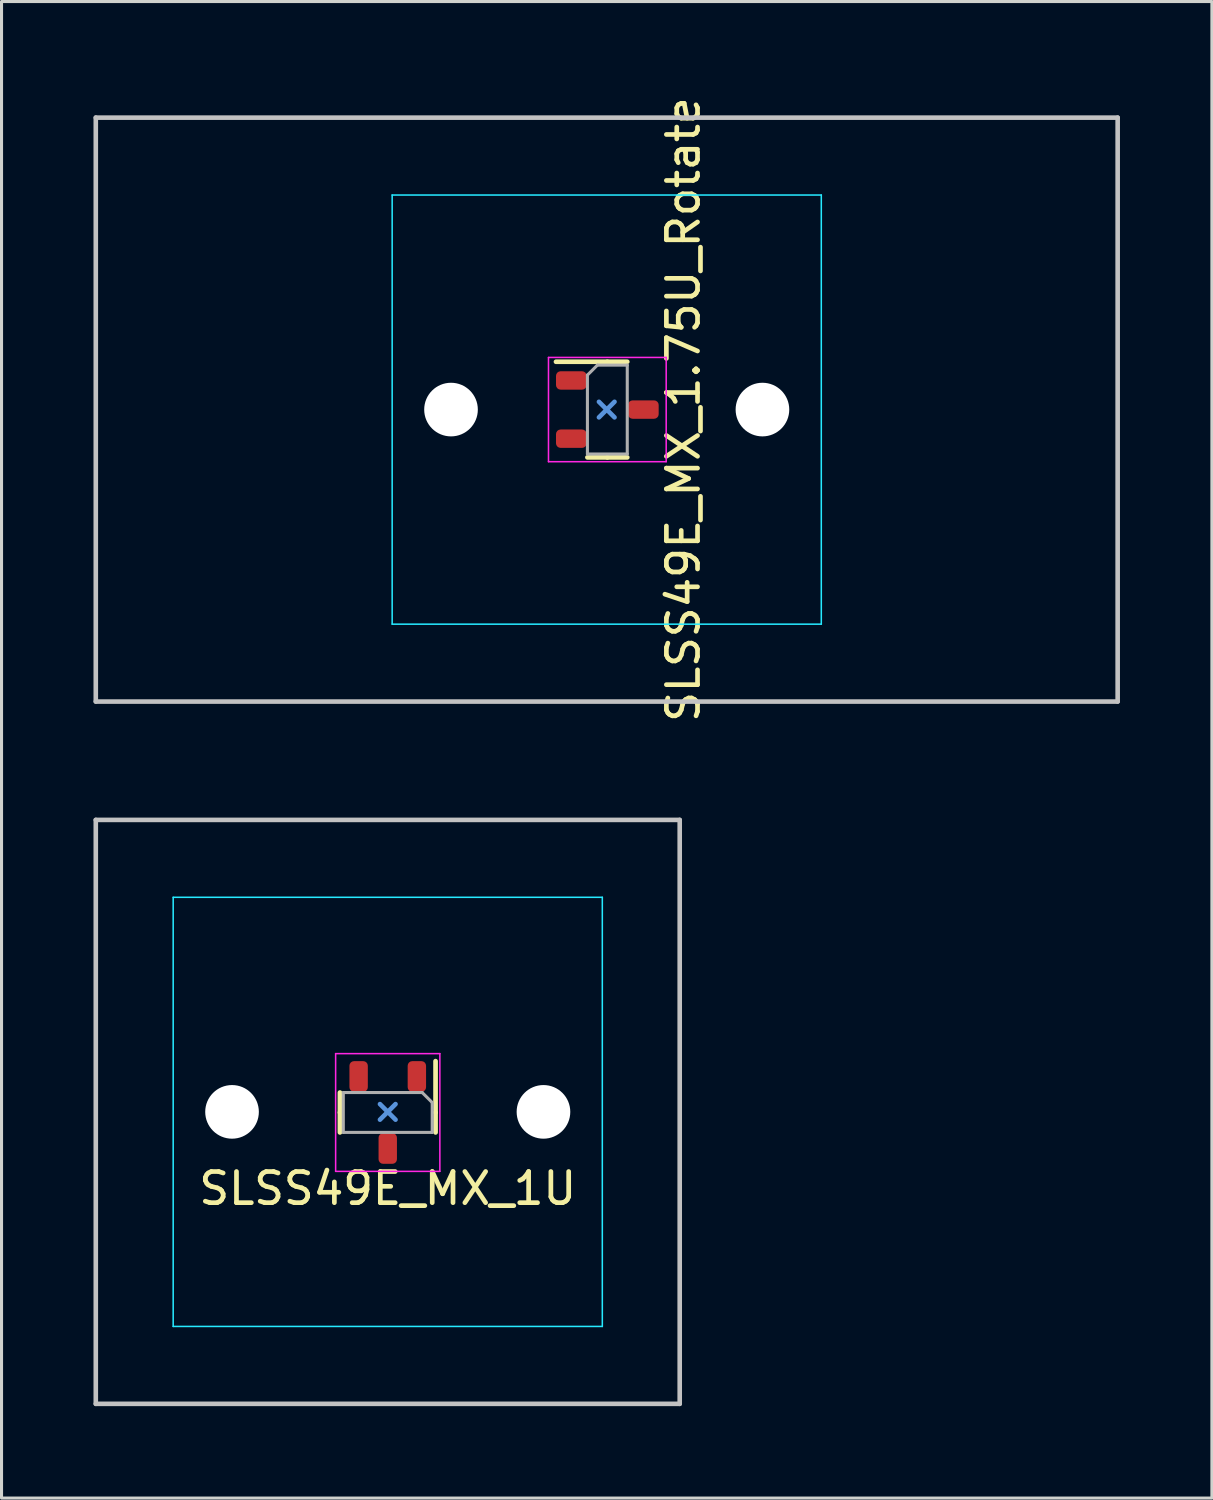
<source format=kicad_pcb>
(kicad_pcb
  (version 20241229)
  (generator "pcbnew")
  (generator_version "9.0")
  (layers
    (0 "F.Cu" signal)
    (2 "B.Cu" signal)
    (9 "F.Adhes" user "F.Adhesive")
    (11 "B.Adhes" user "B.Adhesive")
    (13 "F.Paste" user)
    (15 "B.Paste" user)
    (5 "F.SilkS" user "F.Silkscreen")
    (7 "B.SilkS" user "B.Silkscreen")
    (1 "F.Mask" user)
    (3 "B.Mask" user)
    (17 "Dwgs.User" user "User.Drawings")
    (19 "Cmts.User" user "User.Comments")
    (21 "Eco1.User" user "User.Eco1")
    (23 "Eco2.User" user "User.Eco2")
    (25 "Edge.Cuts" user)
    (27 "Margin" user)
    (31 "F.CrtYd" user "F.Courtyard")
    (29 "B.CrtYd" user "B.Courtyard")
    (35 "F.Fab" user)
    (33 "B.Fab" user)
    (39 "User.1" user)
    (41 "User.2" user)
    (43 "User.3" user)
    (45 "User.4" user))
  (footprint "SLSS49E_MX_1U"
    (layer "F.Cu")
    (at 9.6 33.224)
    (property "Reference" "SLSS49E_MX_1U" (at 0 2.5 0) (unlocked yes) (layer "F.SilkS") (effects (font (size 1.016 1.016) (thickness 0.153))))
    (attr smd)
    (fp_line (start -1.56 -0.63) (end -1.56 0.02) (stroke (width 0.153) (type solid)) (layer "F.SilkS"))
    (fp_line (start -1.56 0.67) (end -1.56 0.02) (stroke (width 0.153) (type solid)) (layer "F.SilkS"))
    (fp_line (start 1.56 -1.655) (end 1.56 0.02) (stroke (width 0.153) (type solid)) (layer "F.SilkS"))
    (fp_line (start 1.56 0.67) (end 1.56 0.02) (stroke (width 0.153) (type solid)) (layer "F.SilkS"))
    (fp_line (start -9.525 -9.525) (end 9.525 -9.525) (stroke (width 0.15) (type solid)) (layer "Dwgs.User"))
    (fp_line (start -9.525 9.525) (end -9.525 -9.525) (stroke (width 0.15) (type solid)) (layer "Dwgs.User"))
    (fp_line (start 9.525 -9.525) (end 9.525 9.525) (stroke (width 0.15) (type solid)) (layer "Dwgs.User"))
    (fp_line (start 9.525 9.525) (end -9.525 9.525) (stroke (width 0.15) (type solid)) (layer "Dwgs.User"))
    (fp_line (start 0.254 -0.254) (end -0.254 0.254) (stroke (width 0.15) (type default)) (layer "Cmts.User"))
    (fp_line (start 0.254 0.254) (end -0.254 -0.254) (stroke (width 0.15) (type default)) (layer "Cmts.User"))
    (fp_line (start -7 -6.5) (end -7 6.5) (stroke (width 0.15) (type solid)) (layer "Eco2.User"))
    (fp_line (start -6.5 7) (end 6.5 7) (stroke (width 0.15) (type solid)) (layer "Eco2.User"))
    (fp_line (start 6.5 -7) (end -6.5 -7) (stroke (width 0.15) (type solid)) (layer "Eco2.User"))
    (fp_line (start 7 6.5) (end 7 -6.5) (stroke (width 0.15) (type solid)) (layer "Eco2.User"))
    (fp_arc (start -7 -6.500001) (mid -6.853553 -6.853553) (end -6.500001 -7) (stroke (width 0.15) (type solid)) (layer "Eco2.User"))
    (fp_arc (start -6.500001 7) (mid -6.853553 6.853553) (end -7 6.500001) (stroke (width 0.15) (type solid)) (layer "Eco2.User"))
    (fp_arc (start 6.500001 -7) (mid 6.853553 -6.853553) (end 7 -6.500001) (stroke (width 0.15) (type solid)) (layer "Eco2.User"))
    (fp_arc (start 6.997236 6.498884) (mid 6.850791 6.852425) (end 6.497236 6.998884) (stroke (width 0.15) (type solid)) (layer "Eco2.User"))
    (fp_line (start -7 -7) (end -7 7) (stroke (width 0.05) (type solid)) (layer "B.CrtYd"))
    (fp_line (start -7 7) (end 7 7) (stroke (width 0.05) (type solid)) (layer "B.CrtYd"))
    (fp_line (start 7 -7) (end -7 -7) (stroke (width 0.05) (type solid)) (layer "B.CrtYd"))
    (fp_line (start 7 7) (end 7 -7) (stroke (width 0.05) (type solid)) (layer "B.CrtYd"))
    (fp_line (start -1.7 -1.9) (end 1.7 -1.9) (stroke (width 0.05) (type solid)) (layer "F.CrtYd"))
    (fp_line (start -1.7 1.94) (end -1.7 -1.9) (stroke (width 0.05) (type solid)) (layer "F.CrtYd"))
    (fp_line (start 1.7 -1.9) (end 1.7 1.94) (stroke (width 0.05) (type solid)) (layer "F.CrtYd"))
    (fp_line (start 1.7 1.94) (end -1.7 1.94) (stroke (width 0.05) (type solid)) (layer "F.CrtYd"))
    (fp_line (start -1.45 -0.63) (end -1.45 0.67) (stroke (width 0.1) (type solid)) (layer "F.Fab"))
    (fp_line (start -1.45 0.67) (end 1.45 0.67) (stroke (width 0.1) (type solid)) (layer "F.Fab"))
    (fp_line (start 1.125 -0.63) (end -1.45 -0.63) (stroke (width 0.1) (type solid)) (layer "F.Fab"))
    (fp_line (start 1.45 -0.305) (end 1.125 -0.63) (stroke (width 0.1) (type solid)) (layer "F.Fab"))
    (fp_line (start 1.45 0.67) (end 1.45 -0.305) (stroke (width 0.1) (type solid)) (layer "F.Fab"))
    (pad "" np_thru_hole circle (at -5.08 0) (size 1.75 1.75) (drill 1.75) (layers "*.Cu" "*.Mask"))
    (pad "" np_thru_hole circle (at 5.08 0) (size 1.75 1.75) (drill 1.75) (layers "*.Cu" "*.Mask"))
    (pad "1" smd roundrect (at 0.95 -1.155 270) (size 1 0.6) (layers "F.Cu" "F.Mask" "F.Paste") (roundrect_rratio 0.25))
    (pad "2" smd roundrect (at 0 1.195 270) (size 1 0.6) (layers "F.Cu" "F.Mask" "F.Paste") (roundrect_rratio 0.25))
    (pad "3" smd roundrect (at -0.95 -1.155 270) (size 1 0.6) (layers "F.Cu" "F.Mask" "F.Paste") (roundrect_rratio 0.25))
    (zone (net_name "") (layers "F.Cu" "B.Cu") (hatch edge 0.5) (connect_pads) (min_thickness 0.25) (filled_areas_thickness no) (keepout (tracks allowed) (vias allowed) (pads allowed) (copperpour not_allowed) (footprints allowed)) (placement (enabled no)) (fill) (polygon (pts (xy 11.35 33.224) (xy 11.33 32.963) (xy 11.272 32.708) (xy 11.177 32.465) (xy 11.046 32.238) (xy 10.883 32.034) (xy 10.691 31.856) (xy 10.475 31.709) (xy 10.239 31.595) (xy 9.989 31.518) (xy 9.731 31.479) (xy 9.469 31.479) (xy 9.211 31.518) (xy 8.961 31.595) (xy 8.725 31.709) (xy 8.509 31.856) (xy 8.317 32.034) (xy 8.154 32.238) (xy 8.023 32.465) (xy 7.928 32.708) (xy 7.87 32.963) (xy 7.85 33.224) (xy 7.87 33.485) (xy 7.928 33.74) (xy 8.023 33.983) (xy 8.154 34.21) (xy 8.317 34.414) (xy 8.509 34.592) (xy 8.725 34.74) (xy 8.961 34.853) (xy 9.211 34.93) (xy 9.469 34.969) (xy 9.731 34.969) (xy 9.989 34.93) (xy 10.239 34.853) (xy 10.475 34.74) (xy 10.691 34.592) (xy 10.883 34.414) (xy 11.046 34.21) (xy 11.177 33.983) (xy 11.272 33.74) (xy 11.33 33.485)))))
  (footprint "SLSS49E_MX_1.75U_Rotate"
    (layer "F.Cu")
    (at 16.744 10.312)
    (property "Reference" "SLSS49E_MX_1.75U_Rotate" (at 2.5 0 90) (unlocked yes) (layer "F.SilkS") (effects (font (size 1.016 1.016) (thickness 0.153))))
    (attr smd)
    (fp_line (start 0.02 -1.56) (end -1.655 -1.56) (stroke (width 0.153) (type solid)) (layer "F.SilkS"))
    (fp_line (start 0.02 -1.56) (end 0.67 -1.56) (stroke (width 0.153) (type solid)) (layer "F.SilkS"))
    (fp_line (start 0.02 1.56) (end -0.63 1.56) (stroke (width 0.153) (type solid)) (layer "F.SilkS"))
    (fp_line (start 0.02 1.56) (end 0.67 1.56) (stroke (width 0.153) (type solid)) (layer "F.SilkS"))
    (fp_line (start -16.669 -9.525) (end 16.669 -9.525) (stroke (width 0.15) (type solid)) (layer "Dwgs.User"))
    (fp_line (start -16.669 9.525) (end -16.669 -9.525) (stroke (width 0.15) (type solid)) (layer "Dwgs.User"))
    (fp_line (start -16.669 9.525) (end 16.669 9.525) (stroke (width 0.15) (type solid)) (layer "Dwgs.User"))
    (fp_line (start 16.669 -9.525) (end 16.669 9.525) (stroke (width 0.15) (type solid)) (layer "Dwgs.User"))
    (fp_line (start -0.254 0.254) (end 0.254 -0.254) (stroke (width 0.15) (type default)) (layer "Cmts.User"))
    (fp_line (start 0.254 0.254) (end -0.254 -0.254) (stroke (width 0.15) (type default)) (layer "Cmts.User"))
    (fp_line (start -7 6.5) (end -7 -6.5) (stroke (width 0.15) (type solid)) (layer "Eco2.User"))
    (fp_line (start -6.5 -7) (end 6.5 -7) (stroke (width 0.15) (type solid)) (layer "Eco2.User"))
    (fp_line (start 6.5 7) (end -6.5 7) (stroke (width 0.15) (type solid)) (layer "Eco2.User"))
    (fp_line (start 7 -6.5) (end 7 6.5) (stroke (width 0.15) (type solid)) (layer "Eco2.User"))
    (fp_arc (start -7 -6.5) (mid -6.853553 -6.853553) (end -6.5 -7) (stroke (width 0.15) (type solid)) (layer "Eco2.User"))
    (fp_arc (start -6.5 7) (mid -6.853553 6.853553) (end -7 6.5) (stroke (width 0.15) (type solid)) (layer "Eco2.User"))
    (fp_arc (start 6.5 -7) (mid 6.853553 -6.853553) (end 7 -6.5) (stroke (width 0.15) (type solid)) (layer "Eco2.User"))
    (fp_arc (start 6.997236 6.498884) (mid 6.85082 6.852454) (end 6.497236 6.998884) (stroke (width 0.15) (type solid)) (layer "Eco2.User"))
    (fp_line (start -7 -7) (end 7 -7) (stroke (width 0.05) (type solid)) (layer "B.CrtYd"))
    (fp_line (start -7 7) (end -7 -7) (stroke (width 0.05) (type solid)) (layer "B.CrtYd"))
    (fp_line (start 7 -7) (end 7 7) (stroke (width 0.05) (type solid)) (layer "B.CrtYd"))
    (fp_line (start 7 7) (end -7 7) (stroke (width 0.05) (type solid)) (layer "B.CrtYd"))
    (fp_line (start -1.9 -1.7) (end -1.9 1.7) (stroke (width 0.05) (type solid)) (layer "F.CrtYd"))
    (fp_line (start -1.9 1.7) (end 1.94 1.7) (stroke (width 0.05) (type solid)) (layer "F.CrtYd"))
    (fp_line (start 1.94 -1.7) (end -1.9 -1.7) (stroke (width 0.05) (type solid)) (layer "F.CrtYd"))
    (fp_line (start 1.94 1.7) (end 1.94 -1.7) (stroke (width 0.05) (type solid)) (layer "F.CrtYd"))
    (fp_line (start -0.63 -1.125) (end -0.305 -1.45) (stroke (width 0.1) (type solid)) (layer "F.Fab"))
    (fp_line (start -0.63 1.45) (end -0.63 -1.125) (stroke (width 0.1) (type solid)) (layer "F.Fab"))
    (fp_line (start -0.305 -1.45) (end 0.67 -1.45) (stroke (width 0.1) (type solid)) (layer "F.Fab"))
    (fp_line (start 0.67 -1.45) (end 0.67 1.45) (stroke (width 0.1) (type solid)) (layer "F.Fab"))
    (fp_line (start 0.67 1.45) (end -0.63 1.45) (stroke (width 0.1) (type solid)) (layer "F.Fab"))
    (pad "" np_thru_hole circle (at -5.08 0) (size 1.75 1.75) (drill 1.75) (layers "*.Cu" "*.Mask"))
    (pad "" np_thru_hole circle (at 5.08 0) (size 1.75 1.75) (drill 1.75) (layers "*.Cu" "*.Mask"))
    (pad "1" smd roundrect (at -1.155 -0.95) (size 1 0.6) (layers "F.Cu" "F.Mask" "F.Paste") (roundrect_rratio 0.25))
    (pad "2" smd roundrect (at 1.195 0) (size 1 0.6) (layers "F.Cu" "F.Mask" "F.Paste") (roundrect_rratio 0.25))
    (pad "3" smd roundrect (at -1.155 0.95) (size 1 0.6) (layers "F.Cu" "F.Mask" "F.Paste") (roundrect_rratio 0.25))
    (zone (net_name "") (layers "F.Cu" "B.Cu") (hatch edge 0.5) (connect_pads) (min_thickness 0.25) (filled_areas_thickness no) (keepout (tracks allowed) (vias allowed) (pads allowed) (copperpour not_allowed) (footprints allowed)) (placement (enabled no)) (fill) (polygon (pts (xy 16.744 8.562) (xy 16.483 8.582) (xy 16.228 8.64) (xy 15.984 8.735) (xy 15.758 8.866) (xy 15.553 9.029) (xy 15.376 9.221) (xy 15.228 9.437) (xy 15.115 9.673) (xy 15.038 9.923) (xy 14.999 10.181) (xy 14.999 10.443) (xy 15.038 10.702) (xy 15.115 10.951) (xy 15.228 11.187) (xy 15.376 11.403) (xy 15.553 11.595) (xy 15.758 11.758) (xy 15.984 11.889) (xy 16.228 11.984) (xy 16.483 12.043) (xy 16.744 12.062) (xy 17.005 12.043) (xy 17.26 11.984) (xy 17.503 11.889) (xy 17.73 11.758) (xy 17.934 11.595) (xy 18.112 11.403) (xy 18.259 11.187) (xy 18.373 10.951) (xy 18.45 10.702) (xy 18.489 10.443) (xy 18.489 10.181) (xy 18.45 9.923) (xy 18.373 9.673) (xy 18.259 9.437) (xy 18.112 9.221) (xy 17.934 9.029) (xy 17.73 8.866) (xy 17.503 8.735) (xy 17.26 8.64) (xy 17.005 8.582)))))
  (gr_rect
    (start -3 -3)
    (end 36.487 45.824)
    (stroke (width 0.1) (type default))
    (fill no)
    (layer "Edge.Cuts")))
</source>
